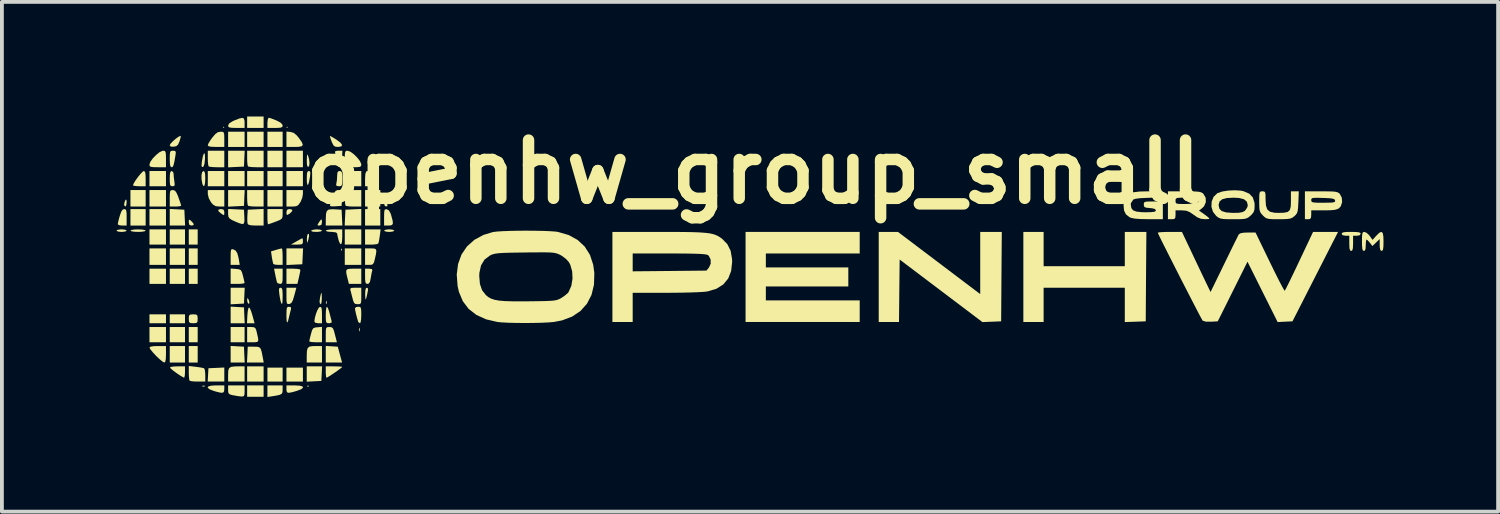
<source format=kicad_pcb>
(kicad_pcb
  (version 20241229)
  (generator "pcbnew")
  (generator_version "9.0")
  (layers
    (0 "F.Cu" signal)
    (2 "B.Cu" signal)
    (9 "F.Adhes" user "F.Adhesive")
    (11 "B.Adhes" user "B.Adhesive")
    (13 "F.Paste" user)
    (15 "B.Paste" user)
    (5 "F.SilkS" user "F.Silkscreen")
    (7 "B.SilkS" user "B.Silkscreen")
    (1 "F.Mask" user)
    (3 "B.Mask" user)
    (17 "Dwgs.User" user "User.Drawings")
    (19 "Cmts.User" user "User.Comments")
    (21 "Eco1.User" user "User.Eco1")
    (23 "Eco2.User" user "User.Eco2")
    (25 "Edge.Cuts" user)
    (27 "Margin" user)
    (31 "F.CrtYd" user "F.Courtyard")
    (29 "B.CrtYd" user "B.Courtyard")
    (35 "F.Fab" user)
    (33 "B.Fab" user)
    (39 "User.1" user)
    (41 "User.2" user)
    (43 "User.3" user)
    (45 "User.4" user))
  (footprint "openhw_group_small"
    (layer "F.Cu")
    (at 16.601 3.652)
    (property "Reference" "openhw_group_small" (at 0.1 -2.2 0) (layer "F.SilkS") (effects (font (size 1.524 1.524) (thickness 0.3))))
    (attr board_only exclude_from_pos_files exclude_from_bom)
    (fp_poly (pts (xy -15.838 -1.295) (xy -16.236 -1.295) (xy -16.236 -1.727) (xy -15.838 -1.727)) (stroke (width 0) (type solid)) (fill yes) (layer "F.SilkS"))
    (fp_poly (pts (xy -15.838 -0.797) (xy -16.236 -0.797) (xy -16.236 -1.228) (xy -15.838 -1.228)) (stroke (width 0) (type solid)) (fill yes) (layer "F.SilkS"))
    (fp_poly (pts (xy -15.306 -1.826) (xy -15.738 -1.826) (xy -15.738 -2.225) (xy -15.306 -2.225)) (stroke (width 0) (type solid)) (fill yes) (layer "F.SilkS"))
    (fp_poly (pts (xy -15.306 -1.295) (xy -15.738 -1.295) (xy -15.738 -1.727) (xy -15.306 -1.727)) (stroke (width 0) (type solid)) (fill yes) (layer "F.SilkS"))
    (fp_poly (pts (xy -15.306 -0.797) (xy -15.738 -0.797) (xy -15.738 -1.228) (xy -15.306 -1.228)) (stroke (width 0) (type solid)) (fill yes) (layer "F.SilkS"))
    (fp_poly (pts (xy -15.306 -0.299) (xy -15.738 -0.299) (xy -15.738 -0.697) (xy -15.306 -0.697)) (stroke (width 0) (type solid)) (fill yes) (layer "F.SilkS"))
    (fp_poly (pts (xy -15.306 0.232) (xy -15.738 0.232) (xy -15.738 -0.199) (xy -15.306 -0.199)) (stroke (width 0) (type solid)) (fill yes) (layer "F.SilkS"))
    (fp_poly (pts (xy -15.306 0.73) (xy -15.738 0.73) (xy -15.738 0.332) (xy -15.306 0.332)) (stroke (width 0) (type solid)) (fill yes) (layer "F.SilkS"))
    (fp_poly (pts (xy -15.306 1.76) (xy -15.738 1.76) (xy -15.738 1.527) (xy -15.306 1.527)) (stroke (width 0) (type solid)) (fill yes) (layer "F.SilkS"))
    (fp_poly (pts (xy -15.306 2.258) (xy -15.738 2.258) (xy -15.738 1.859) (xy -15.306 1.859)) (stroke (width 0) (type solid)) (fill yes) (layer "F.SilkS"))
    (fp_poly (pts (xy -14.808 -0.299) (xy -15.207 -0.299) (xy -15.207 -0.697) (xy -14.808 -0.697)) (stroke (width 0) (type solid)) (fill yes) (layer "F.SilkS"))
    (fp_poly (pts (xy -14.808 0.232) (xy -15.207 0.232) (xy -15.207 -0.199) (xy -14.808 -0.199)) (stroke (width 0) (type solid)) (fill yes) (layer "F.SilkS"))
    (fp_poly (pts (xy -14.808 0.73) (xy -15.207 0.73) (xy -15.207 0.332) (xy -14.808 0.332)) (stroke (width 0) (type solid)) (fill yes) (layer "F.SilkS"))
    (fp_poly (pts (xy -14.808 1.76) (xy -15.207 1.76) (xy -15.207 1.527) (xy -14.808 1.527)) (stroke (width 0) (type solid)) (fill yes) (layer "F.SilkS"))
    (fp_poly (pts (xy -14.808 2.258) (xy -15.207 2.258) (xy -15.207 1.859) (xy -14.808 1.859)) (stroke (width 0) (type solid)) (fill yes) (layer "F.SilkS"))
    (fp_poly (pts (xy -14.808 2.789) (xy -15.207 2.789) (xy -15.207 2.357) (xy -14.808 2.357)) (stroke (width 0) (type solid)) (fill yes) (layer "F.SilkS"))
    (fp_poly (pts (xy -14.476 -0.299) (xy -14.709 -0.299) (xy -14.709 -0.697) (xy -14.476 -0.697)) (stroke (width 0) (type solid)) (fill yes) (layer "F.SilkS"))
    (fp_poly (pts (xy -14.476 0.232) (xy -14.709 0.232) (xy -14.709 -0.199) (xy -14.476 -0.199)) (stroke (width 0) (type solid)) (fill yes) (layer "F.SilkS"))
    (fp_poly (pts (xy -14.476 0.73) (xy -14.709 0.73) (xy -14.709 0.332) (xy -14.476 0.332)) (stroke (width 0) (type solid)) (fill yes) (layer "F.SilkS"))
    (fp_poly (pts (xy -14.476 2.258) (xy -14.709 2.258) (xy -14.709 1.859) (xy -14.476 1.859)) (stroke (width 0) (type solid)) (fill yes) (layer "F.SilkS"))
    (fp_poly (pts (xy -14.476 2.789) (xy -14.709 2.789) (xy -14.709 2.357) (xy -14.476 2.357)) (stroke (width 0) (type solid)) (fill yes) (layer "F.SilkS"))
    (fp_poly (pts (xy -13.779 -3.37) (xy -13.796 -3.353) (xy -13.812 -3.37) (xy -13.796 -3.387)) (stroke (width 0) (type solid)) (fill yes) (layer "F.SilkS"))
    (fp_poly (pts (xy -13.779 -1.826) (xy -14.211 -1.826) (xy -14.211 -2.225) (xy -13.779 -2.225)) (stroke (width 0) (type solid)) (fill yes) (layer "F.SilkS"))
    (fp_poly (pts (xy -13.248 -2.855) (xy -13.679 -2.855) (xy -13.679 -3.254) (xy -13.248 -3.254)) (stroke (width 0) (type solid)) (fill yes) (layer "F.SilkS"))
    (fp_poly (pts (xy -13.248 -1.826) (xy -13.679 -1.826) (xy -13.679 -2.225) (xy -13.248 -2.225)) (stroke (width 0) (type solid)) (fill yes) (layer "F.SilkS"))
    (fp_poly (pts (xy -13.248 2.258) (xy -13.613 2.258) (xy -13.613 1.859) (xy -13.248 1.859)) (stroke (width 0) (type solid)) (fill yes) (layer "F.SilkS"))
    (fp_poly (pts (xy -12.75 -3.353) (xy -13.181 -3.353) (xy -13.181 -3.652) (xy -12.75 -3.652)) (stroke (width 0) (type solid)) (fill yes) (layer "F.SilkS"))
    (fp_poly (pts (xy -12.75 -2.855) (xy -13.181 -2.855) (xy -13.181 -3.254) (xy -12.75 -3.254)) (stroke (width 0) (type solid)) (fill yes) (layer "F.SilkS"))
    (fp_poly (pts (xy -12.75 -1.826) (xy -13.181 -1.826) (xy -13.181 -2.225) (xy -12.75 -2.225)) (stroke (width 0) (type solid)) (fill yes) (layer "F.SilkS"))
    (fp_poly (pts (xy -12.75 3.287) (xy -13.181 3.287) (xy -13.181 2.889) (xy -12.75 2.889)) (stroke (width 0) (type solid)) (fill yes) (layer "F.SilkS"))
    (fp_poly (pts (xy -12.75 3.685) (xy -13.181 3.685) (xy -13.181 3.387) (xy -12.75 3.387)) (stroke (width 0) (type solid)) (fill yes) (layer "F.SilkS"))
    (fp_poly (pts (xy -12.252 -2.855) (xy -12.65 -2.855) (xy -12.65 -3.254) (xy -12.252 -3.254)) (stroke (width 0) (type solid)) (fill yes) (layer "F.SilkS"))
    (fp_poly (pts (xy -12.252 -2.324) (xy -12.65 -2.324) (xy -12.65 -2.756) (xy -12.252 -2.756)) (stroke (width 0) (type solid)) (fill yes) (layer "F.SilkS"))
    (fp_poly (pts (xy -12.252 -1.826) (xy -12.65 -1.826) (xy -12.65 -2.225) (xy -12.252 -2.225)) (stroke (width 0) (type solid)) (fill yes) (layer "F.SilkS"))
    (fp_poly (pts (xy -12.252 -1.295) (xy -12.65 -1.295) (xy -12.65 -1.727) (xy -12.252 -1.727)) (stroke (width 0) (type solid)) (fill yes) (layer "F.SilkS"))
    (fp_poly (pts (xy -12.252 3.287) (xy -12.65 3.287) (xy -12.65 2.922) (xy -12.252 2.922)) (stroke (width 0) (type solid)) (fill yes) (layer "F.SilkS"))
    (fp_poly (pts (xy -12.119 -3.37) (xy -12.136 -3.353) (xy -12.152 -3.37) (xy -12.136 -3.387)) (stroke (width 0) (type solid)) (fill yes) (layer "F.SilkS"))
    (fp_poly (pts (xy -11.721 -2.324) (xy -12.152 -2.324) (xy -12.152 -2.756) (xy -11.721 -2.756)) (stroke (width 0) (type solid)) (fill yes) (layer "F.SilkS"))
    (fp_poly (pts (xy -11.721 -1.826) (xy -12.152 -1.826) (xy -12.152 -2.225) (xy -11.721 -2.225)) (stroke (width 0) (type solid)) (fill yes) (layer "F.SilkS"))
    (fp_poly (pts (xy -11.721 3.287) (xy -12.152 3.287) (xy -12.152 2.922) (xy -11.721 2.922)) (stroke (width 0) (type solid)) (fill yes) (layer "F.SilkS"))
    (fp_poly (pts (xy -10.193 -1.826) (xy -10.625 -1.826) (xy -10.625 -2.225) (xy -10.193 -2.225)) (stroke (width 0) (type solid)) (fill yes) (layer "F.SilkS"))
    (fp_poly (pts (xy -10.193 -0.797) (xy -10.628 -0.797) (xy -10.608 -1.212) (xy -10.193 -1.232)) (stroke (width 0) (type solid)) (fill yes) (layer "F.SilkS"))
    (fp_poly (pts (xy -10.193 -0.299) (xy -10.625 -0.299) (xy -10.625 -0.697) (xy -10.193 -0.697)) (stroke (width 0) (type solid)) (fill yes) (layer "F.SilkS"))
    (fp_poly (pts (xy -10.193 0.232) (xy -10.625 0.232) (xy -10.625 -0.199) (xy -10.193 -0.199)) (stroke (width 0) (type solid)) (fill yes) (layer "F.SilkS"))
    (fp_poly (pts (xy -9.695 -1.295) (xy -10.094 -1.295) (xy -10.094 -1.727) (xy -9.695 -1.727)) (stroke (width 0) (type solid)) (fill yes) (layer "F.SilkS"))
    (fp_poly (pts (xy -9.695 -0.797) (xy -10.094 -0.797) (xy -10.094 -1.228) (xy -9.695 -1.228)) (stroke (width 0) (type solid)) (fill yes) (layer "F.SilkS"))
    (fp_poly (pts (xy -15.016 -1.222) (xy -14.825 -1.212) (xy -14.805 -0.797) (xy -15.207 -0.797) (xy -15.207 -1.232)) (stroke (width 0) (type solid)) (fill yes) (layer "F.SilkS"))
    (fp_poly (pts (xy -13.264 1.245) (xy -13.439 1.255) (xy -13.613 1.265) (xy -13.613 0.83) (xy -13.245 0.83)) (stroke (width 0) (type solid)) (fill yes) (layer "F.SilkS"))
    (fp_poly (pts (xy -13.255 -2.548) (xy -13.264 -2.341) (xy -13.679 -2.321) (xy -13.679 -2.756) (xy -13.245 -2.756)) (stroke (width 0) (type solid)) (fill yes) (layer "F.SilkS"))
    (fp_poly (pts (xy -13.255 -1.519) (xy -13.264 -1.312) (xy -13.679 -1.292) (xy -13.679 -1.727) (xy -13.245 -1.727)) (stroke (width 0) (type solid)) (fill yes) (layer "F.SilkS"))
    (fp_poly (pts (xy -11.737 0.216) (xy -11.945 0.226) (xy -12.152 0.236) (xy -12.152 -0.199) (xy -11.717 -0.199)) (stroke (width 0) (type solid)) (fill yes) (layer "F.SilkS"))
    (fp_poly (pts (xy -14.286 3.4) (xy -14.296 3.415) (xy -14.33 3.417) (xy -14.365 3.409) (xy -14.35 3.397) (xy -14.298 3.393)) (stroke (width 0) (type solid)) (fill yes) (layer "F.SilkS"))
    (fp_poly (pts (xy -13.779 3.287) (xy -14.214 3.287) (xy -14.204 3.113) (xy -14.194 2.938) (xy -13.987 2.929) (xy -13.779 2.919)) (stroke (width 0) (type solid)) (fill yes) (layer "F.SilkS"))
    (fp_poly (pts (xy -13.439 1.335) (xy -13.264 1.345) (xy -13.255 1.552) (xy -13.245 1.76) (xy -13.613 1.76) (xy -13.613 1.325)) (stroke (width 0) (type solid)) (fill yes) (layer "F.SilkS"))
    (fp_poly (pts (xy -13.439 2.364) (xy -13.264 2.374) (xy -13.255 2.582) (xy -13.245 2.789) (xy -13.613 2.789) (xy -13.613 2.354)) (stroke (width 0) (type solid)) (fill yes) (layer "F.SilkS"))
    (fp_poly (pts (xy -11.566 3.398) (xy -11.57 3.417) (xy -11.588 3.42) (xy -11.615 3.408) (xy -11.61 3.398) (xy -11.57 3.394)) (stroke (width 0) (type solid)) (fill yes) (layer "F.SilkS"))
    (fp_poly (pts (xy -11.229 3.08) (xy -11.239 3.27) (xy -11.43 3.28) (xy -11.621 3.29) (xy -11.621 2.889) (xy -11.219 2.889)) (stroke (width 0) (type solid)) (fill yes) (layer "F.SilkS"))
    (fp_poly (pts (xy -11.1 1.189) (xy -11.096 1.241) (xy -11.103 1.253) (xy -11.118 1.243) (xy -11.12 1.209) (xy -11.112 1.174)) (stroke (width 0) (type solid)) (fill yes) (layer "F.SilkS"))
    (fp_poly (pts (xy -10.966 2.364) (xy -10.808 2.374) (xy -10.752 2.582) (xy -10.696 2.789) (xy -11.123 2.789) (xy -11.123 2.354)) (stroke (width 0) (type solid)) (fill yes) (layer "F.SilkS"))
    (fp_poly (pts (xy -10.702 -0.188) (xy -10.698 -0.149) (xy -10.702 -0.144) (xy -10.722 -0.148) (xy -10.724 -0.166) (xy -10.712 -0.193)) (stroke (width 0) (type solid)) (fill yes) (layer "F.SilkS"))
    (fp_poly (pts (xy -10.238 1.884) (xy -10.233 1.952) (xy -10.238 1.967) (xy -10.25 1.971) (xy -10.254 1.926) (xy -10.249 1.879)) (stroke (width 0) (type solid)) (fill yes) (layer "F.SilkS"))
    (fp_poly (pts (xy -13.248 3.287) (xy -13.679 3.287) (xy -13.679 3.108) (xy -13.675 2.999) (xy -13.652 2.934) (xy -13.597 2.901) (xy -13.498 2.89) (xy -13.411 2.889) (xy -13.248 2.889)) (stroke (width 0) (type solid)) (fill yes) (layer "F.SilkS"))
    (fp_poly (pts (xy -13.158 1.116) (xy -13.145 1.138) (xy -13.124 1.196) (xy -13.125 1.241) (xy -13.146 1.25) (xy -13.157 1.242) (xy -13.177 1.192) (xy -13.18 1.148) (xy -13.176 1.101)) (stroke (width 0) (type solid)) (fill yes) (layer "F.SilkS"))
    (fp_poly (pts (xy -13.107 1.374) (xy -13.075 1.451) (xy -13.043 1.552) (xy -12.987 1.76) (xy -13.185 1.76) (xy -13.175 1.552) (xy -13.165 1.445) (xy -13.149 1.37) (xy -13.132 1.345)) (stroke (width 0) (type solid)) (fill yes) (layer "F.SilkS"))
    (fp_poly (pts (xy -12.252 3.501) (xy -12.256 3.566) (xy -12.276 3.607) (xy -12.327 3.634) (xy -12.421 3.655) (xy -12.509 3.669) (xy -12.65 3.691) (xy -12.65 3.387) (xy -12.252 3.387)) (stroke (width 0) (type solid)) (fill yes) (layer "F.SilkS"))
    (fp_poly (pts (xy -11.226 -0.934) (xy -11.222 -0.88) (xy -11.238 -0.815) (xy -11.29 -0.797) (xy -11.334 -0.801) (xy -11.335 -0.826) (xy -11.302 -0.88) (xy -11.26 -0.939) (xy -11.235 -0.963)) (stroke (width 0) (type solid)) (fill yes) (layer "F.SilkS"))
    (fp_poly (pts (xy -11.222 2.789) (xy -11.621 2.789) (xy -11.621 2.626) (xy -11.617 2.493) (xy -11.598 2.413) (xy -11.554 2.373) (xy -11.472 2.359) (xy -11.402 2.357) (xy -11.222 2.357)) (stroke (width 0) (type solid)) (fill yes) (layer "F.SilkS"))
    (fp_poly (pts (xy -10.887 -1.222) (xy -10.708 -1.212) (xy -10.688 -0.797) (xy -11.123 -0.797) (xy -11.122 -0.971) (xy -11.117 -1.102) (xy -11.094 -1.18) (xy -11.041 -1.217) (xy -10.947 -1.225)) (stroke (width 0) (type solid)) (fill yes) (layer "F.SilkS"))
    (fp_poly (pts (xy -10.193 0.73) (xy -10.517 0.73) (xy -10.554 0.583) (xy -10.584 0.457) (xy -10.588 0.383) (xy -10.558 0.346) (xy -10.486 0.333) (xy -10.392 0.332) (xy -10.193 0.332)) (stroke (width 0) (type solid)) (fill yes) (layer "F.SilkS"))
    (fp_poly (pts (xy -9.956 -2.168) (xy -9.871 -2.053) (xy -9.815 -1.967) (xy -9.728 -1.826) (xy -10.094 -1.826) (xy -10.094 -2.025) (xy -10.086 -2.151) (xy -10.062 -2.217) (xy -10.019 -2.223)) (stroke (width 0) (type solid)) (fill yes) (layer "F.SilkS"))
    (fp_poly (pts (xy -9.531 -1.419) (xy -9.514 -1.37) (xy -9.508 -1.311) (xy -9.544 -1.295) (xy -9.583 -1.32) (xy -9.596 -1.399) (xy -9.596 -1.401) (xy -9.586 -1.467) (xy -9.563 -1.472)) (stroke (width 0) (type solid)) (fill yes) (layer "F.SilkS"))
    (fp_poly (pts (xy -16.337 -1.443) (xy -16.336 -1.403) (xy -16.345 -1.329) (xy -16.366 -1.295) (xy -16.369 -1.295) (xy -16.397 -1.322) (xy -16.402 -1.353) (xy -16.383 -1.433) (xy -16.369 -1.461) (xy -16.347 -1.48)) (stroke (width 0) (type solid)) (fill yes) (layer "F.SilkS"))
    (fp_poly (pts (xy -14.642 -0.913) (xy -14.593 -0.859) (xy -14.576 -0.825) (xy -14.604 -0.802) (xy -14.642 -0.797) (xy -14.693 -0.815) (xy -14.709 -0.879) (xy -14.709 -0.885) (xy -14.705 -0.946) (xy -14.684 -0.948)) (stroke (width 0) (type solid)) (fill yes) (layer "F.SilkS"))
    (fp_poly (pts (xy -13.779 -2.324) (xy -13.973 -2.324) (xy -14.081 -2.328) (xy -14.16 -2.337) (xy -14.189 -2.346) (xy -14.201 -2.389) (xy -14.209 -2.477) (xy -14.211 -2.562) (xy -14.211 -2.756) (xy -13.779 -2.756)) (stroke (width 0) (type solid)) (fill yes) (layer "F.SilkS"))
    (fp_poly (pts (xy -13.779 -1.295) (xy -13.91 -1.295) (xy -14.006 -1.305) (xy -14.075 -1.346) (xy -14.126 -1.406) (xy -14.186 -1.514) (xy -14.211 -1.619) (xy -14.211 -1.622) (xy -14.211 -1.727) (xy -13.779 -1.727)) (stroke (width 0) (type solid)) (fill yes) (layer "F.SilkS"))
    (fp_poly (pts (xy -12.75 -2.324) (xy -12.943 -2.324) (xy -13.052 -2.328) (xy -13.131 -2.337) (xy -13.159 -2.346) (xy -13.171 -2.389) (xy -13.179 -2.477) (xy -13.181 -2.562) (xy -13.181 -2.756) (xy -12.75 -2.756)) (stroke (width 0) (type solid)) (fill yes) (layer "F.SilkS"))
    (fp_poly (pts (xy -12.75 -1.295) (xy -12.943 -1.295) (xy -13.052 -1.298) (xy -13.131 -1.308) (xy -13.159 -1.317) (xy -13.171 -1.36) (xy -13.179 -1.448) (xy -13.181 -1.533) (xy -13.181 -1.727) (xy -12.75 -1.727)) (stroke (width 0) (type solid)) (fill yes) (layer "F.SilkS"))
    (fp_poly (pts (xy -12.004 -1.214) (xy -12.001 -1.176) (xy -12.055 -1.12) (xy -12.079 -1.103) (xy -12.132 -1.073) (xy -12.15 -1.093) (xy -12.152 -1.141) (xy -12.14 -1.206) (xy -12.09 -1.228) (xy -12.066 -1.228)) (stroke (width 0) (type solid)) (fill yes) (layer "F.SilkS"))
    (fp_poly (pts (xy -11.87 0.337) (xy -11.803 0.35) (xy -11.787 0.363) (xy -11.794 0.41) (xy -11.812 0.499) (xy -11.826 0.562) (xy -11.865 0.73) (xy -12.152 0.73) (xy -12.152 0.332) (xy -11.97 0.332)) (stroke (width 0) (type solid)) (fill yes) (layer "F.SilkS"))
    (fp_poly (pts (xy -10.193 -1.295) (xy -10.387 -1.295) (xy -10.495 -1.298) (xy -10.574 -1.308) (xy -10.603 -1.317) (xy -10.615 -1.36) (xy -10.623 -1.448) (xy -10.625 -1.533) (xy -10.625 -1.727) (xy -10.193 -1.727)) (stroke (width 0) (type solid)) (fill yes) (layer "F.SilkS"))
    (fp_poly (pts (xy -9.709 -0.525) (xy -9.725 -0.422) (xy -9.741 -0.347) (xy -9.749 -0.326) (xy -9.789 -0.31) (xy -9.873 -0.3) (xy -9.93 -0.299) (xy -10.094 -0.299) (xy -10.094 -0.697) (xy -9.687 -0.697)) (stroke (width 0) (type solid)) (fill yes) (layer "F.SilkS"))
    (fp_poly (pts (xy -13.799 -1.215) (xy -13.779 -1.161) (xy -13.779 -1.145) (xy -13.781 -1.084) (xy -13.797 -1.071) (xy -13.846 -1.101) (xy -13.87 -1.118) (xy -13.933 -1.175) (xy -13.935 -1.213) (xy -13.874 -1.228) (xy -13.862 -1.228)) (stroke (width 0) (type solid)) (fill yes) (layer "F.SilkS"))
    (fp_poly (pts (xy -12.917 2.376) (xy -12.862 2.389) (xy -12.827 2.428) (xy -12.802 2.503) (xy -12.777 2.628) (xy -12.77 2.665) (xy -12.747 2.789) (xy -13.185 2.789) (xy -13.175 2.582) (xy -13.165 2.374) (xy -13.001 2.374)) (stroke (width 0) (type solid)) (fill yes) (layer "F.SilkS"))
    (fp_poly (pts (xy -12.75 -0.797) (xy -12.95 -0.797) (xy -13.08 -0.803) (xy -13.151 -0.823) (xy -13.168 -0.843) (xy -13.176 -0.901) (xy -13.177 -0.998) (xy -13.175 -1.05) (xy -13.165 -1.212) (xy -12.957 -1.222) (xy -12.75 -1.232)) (stroke (width 0) (type solid)) (fill yes) (layer "F.SilkS"))
    (fp_poly (pts (xy -12.046 -3.248) (xy -11.963 -3.224) (xy -11.885 -3.16) (xy -11.83 -3.094) (xy -11.752 -2.984) (xy -11.724 -2.914) (xy -11.748 -2.875) (xy -11.83 -2.858) (xy -11.936 -2.855) (xy -12.152 -2.855) (xy -12.152 -3.258)) (stroke (width 0) (type solid)) (fill yes) (layer "F.SilkS"))
    (fp_poly (pts (xy -11.724 -0.436) (xy -11.721 -0.382) (xy -11.726 -0.332) (xy -11.755 -0.307) (xy -11.824 -0.3) (xy -11.878 -0.299) (xy -12.036 -0.3) (xy -11.891 -0.382) (xy -11.806 -0.43) (xy -11.748 -0.46) (xy -11.734 -0.465)) (stroke (width 0) (type solid)) (fill yes) (layer "F.SilkS"))
    (fp_poly (pts (xy -11.721 -1.623) (xy -11.738 -1.524) (xy -11.782 -1.419) (xy -11.79 -1.407) (xy -11.842 -1.335) (xy -11.899 -1.303) (xy -11.99 -1.295) (xy -12.005 -1.295) (xy -12.152 -1.295) (xy -12.152 -1.727) (xy -11.721 -1.727)) (stroke (width 0) (type solid)) (fill yes) (layer "F.SilkS"))
    (fp_poly (pts (xy -11.59 -2.64) (xy -11.589 -2.637) (xy -11.56 -2.536) (xy -11.549 -2.437) (xy -11.557 -2.362) (xy -11.579 -2.333) (xy -11.604 -2.345) (xy -11.617 -2.407) (xy -11.619 -2.512) (xy -11.615 -2.616) (xy -11.606 -2.657)) (stroke (width 0) (type solid)) (fill yes) (layer "F.SilkS"))
    (fp_poly (pts (xy -11.563 -0.574) (xy -11.56 -0.517) (xy -11.58 -0.425) (xy -11.588 -0.398) (xy -11.605 -0.352) (xy -11.614 -0.36) (xy -11.617 -0.428) (xy -11.618 -0.438) (xy -11.612 -0.523) (xy -11.592 -0.577) (xy -11.588 -0.581)) (stroke (width 0) (type solid)) (fill yes) (layer "F.SilkS"))
    (fp_poly (pts (xy -11.233 0.968) (xy -11.228 1.029) (xy -11.226 1.087) (xy -11.23 1.186) (xy -11.243 1.249) (xy -11.256 1.262) (xy -11.28 1.234) (xy -11.285 1.187) (xy -11.274 1.099) (xy -11.256 1.013) (xy -11.241 0.964)) (stroke (width 0) (type solid)) (fill yes) (layer "F.SilkS"))
    (fp_poly (pts (xy -10.021 0.843) (xy -10.017 0.891) (xy -10.032 0.971) (xy -10.058 1.086) (xy -10.075 1.137) (xy -10.085 1.125) (xy -10.09 1.052) (xy -10.091 1.004) (xy -10.087 0.895) (xy -10.07 0.841) (xy -10.047 0.83)) (stroke (width 0) (type solid)) (fill yes) (layer "F.SilkS"))
    (fp_poly (pts (xy -16.385 -0.69) (xy -16.339 -0.671) (xy -16.336 -0.664) (xy -16.365 -0.643) (xy -16.439 -0.632) (xy -16.468 -0.631) (xy -16.552 -0.638) (xy -16.598 -0.657) (xy -16.601 -0.664) (xy -16.572 -0.685) (xy -16.498 -0.696) (xy -16.468 -0.697)) (stroke (width 0) (type solid)) (fill yes) (layer "F.SilkS"))
    (fp_poly (pts (xy -15.931 -0.692) (xy -15.859 -0.679) (xy -15.838 -0.664) (xy -15.868 -0.646) (xy -15.947 -0.634) (xy -16.037 -0.631) (xy -16.143 -0.636) (xy -16.215 -0.649) (xy -16.236 -0.664) (xy -16.206 -0.682) (xy -16.127 -0.694) (xy -16.037 -0.697)) (stroke (width 0) (type solid)) (fill yes) (layer "F.SilkS"))
    (fp_poly (pts (xy -13.779 3.486) (xy -13.786 3.547) (xy -13.814 3.578) (xy -13.875 3.579) (xy -13.98 3.554) (xy -14.053 3.533) (xy -14.166 3.489) (xy -14.215 3.448) (xy -14.199 3.416) (xy -14.122 3.394) (xy -13.995 3.387) (xy -13.779 3.387)) (stroke (width 0) (type solid)) (fill yes) (layer "F.SilkS"))
    (fp_poly (pts (xy -13.549 -0.176) (xy -13.546 -0.175) (xy -13.483 -0.142) (xy -13.439 -0.074) (xy -13.407 0.043) (xy -13.398 0.091) (xy -13.375 0.232) (xy -13.613 0.232) (xy -13.613 0.02) (xy -13.611 -0.095) (xy -13.603 -0.157) (xy -13.584 -0.179)) (stroke (width 0) (type solid)) (fill yes) (layer "F.SilkS"))
    (fp_poly (pts (xy -13.005 1.864) (xy -12.967 1.888) (xy -12.941 1.948) (xy -12.922 2.028) (xy -12.895 2.147) (xy -12.89 2.216) (xy -12.912 2.248) (xy -12.969 2.257) (xy -13.032 2.258) (xy -13.181 2.258) (xy -13.181 1.859) (xy -13.071 1.859)) (stroke (width 0) (type solid)) (fill yes) (layer "F.SilkS"))
    (fp_poly (pts (xy -12.252 0.531) (xy -12.254 0.642) (xy -12.265 0.702) (xy -12.289 0.727) (xy -12.319 0.73) (xy -12.38 0.713) (xy -12.4 0.689) (xy -12.414 0.633) (xy -12.435 0.54) (xy -12.445 0.49) (xy -12.476 0.332) (xy -12.252 0.332)) (stroke (width 0) (type solid)) (fill yes) (layer "F.SilkS"))
    (fp_poly (pts (xy -11.948 1.038) (xy -11.983 1.155) (xy -12.017 1.221) (xy -12.057 1.251) (xy -12.078 1.256) (xy -12.118 1.257) (xy -12.14 1.237) (xy -12.15 1.182) (xy -12.152 1.078) (xy -12.152 1.048) (xy -12.152 0.83) (xy -11.892 0.83)) (stroke (width 0) (type solid)) (fill yes) (layer "F.SilkS"))
    (fp_poly (pts (xy -11.801 3.395) (xy -11.728 3.417) (xy -11.719 3.45) (xy -11.774 3.491) (xy -11.893 3.535) (xy -12.02 3.57) (xy -12.098 3.582) (xy -12.137 3.567) (xy -12.151 3.524) (xy -12.152 3.486) (xy -12.152 3.387) (xy -11.936 3.387)) (stroke (width 0) (type solid)) (fill yes) (layer "F.SilkS"))
    (fp_poly (pts (xy -11.271 -0.69) (xy -11.226 -0.671) (xy -11.222 -0.664) (xy -11.252 -0.644) (xy -11.327 -0.632) (xy -11.374 -0.631) (xy -11.466 -0.637) (xy -11.506 -0.655) (xy -11.505 -0.664) (xy -11.461 -0.685) (xy -11.379 -0.697) (xy -11.353 -0.697)) (stroke (width 0) (type solid)) (fill yes) (layer "F.SilkS"))
    (fp_poly (pts (xy -10.973 1.864) (xy -10.938 1.89) (xy -10.911 1.95) (xy -10.882 2.059) (xy -10.831 2.258) (xy -11.123 2.258) (xy -11.123 2.059) (xy -11.121 1.948) (xy -11.112 1.889) (xy -11.088 1.864) (xy -11.04 1.859) (xy -11.027 1.859)) (stroke (width 0) (type solid)) (fill yes) (layer "F.SilkS"))
    (fp_poly (pts (xy -9.861 -0.197) (xy -9.814 -0.18) (xy -9.798 -0.136) (xy -9.808 -0.052) (xy -9.834 0.064) (xy -9.859 0.163) (xy -9.887 0.212) (xy -9.93 0.23) (xy -9.983 0.232) (xy -10.094 0.232) (xy -10.094 -0.199) (xy -9.944 -0.199)) (stroke (width 0) (type solid)) (fill yes) (layer "F.SilkS"))
    (fp_poly (pts (xy -9.38 -0.69) (xy -9.333 -0.671) (xy -9.33 -0.664) (xy -9.359 -0.643) (xy -9.433 -0.632) (xy -9.463 -0.631) (xy -9.546 -0.638) (xy -9.592 -0.657) (xy -9.596 -0.664) (xy -9.566 -0.685) (xy -9.493 -0.696) (xy -9.463 -0.697)) (stroke (width 0) (type solid)) (fill yes) (layer "F.SilkS"))
    (fp_poly (pts (xy 2.855 -0.066) (xy 0.398 -0.066) (xy 0.398 0.299) (xy 2.557 0.299) (xy 2.557 0.797) (xy 0.398 0.797) (xy 0.398 1.162) (xy 2.855 1.162) (xy 2.855 1.727) (xy -0.133 1.727) (xy -0.133 -0.631) (xy 2.855 -0.631)) (stroke (width 0) (type solid)) (fill yes) (layer "F.SilkS"))
    (fp_poly (pts (xy -14.287 -2.655) (xy -14.285 -2.557) (xy -14.285 -2.543) (xy -14.298 -2.412) (xy -14.324 -2.342) (xy -14.34 -2.331) (xy -14.367 -2.334) (xy -14.375 -2.376) (xy -14.366 -2.469) (xy -14.366 -2.472) (xy -14.343 -2.597) (xy -14.32 -2.671) (xy -14.3 -2.692)) (stroke (width 0) (type solid)) (fill yes) (layer "F.SilkS"))
    (fp_poly (pts (xy -13.474 0.338) (xy -13.392 0.348) (xy -13.345 0.372) (xy -13.316 0.427) (xy -13.292 0.515) (xy -13.267 0.614) (xy -13.252 0.685) (xy -13.248 0.706) (xy -13.278 0.719) (xy -13.355 0.728) (xy -13.43 0.73) (xy -13.613 0.73) (xy -13.613 0.328)) (stroke (width 0) (type solid)) (fill yes) (layer "F.SilkS"))
    (fp_poly (pts (xy -13.264 -1.212) (xy -13.254 -1.021) (xy -13.252 -0.908) (xy -13.268 -0.849) (xy -13.313 -0.836) (xy -13.401 -0.864) (xy -13.464 -0.89) (xy -13.577 -0.941) (xy -13.642 -0.983) (xy -13.672 -1.03) (xy -13.679 -1.097) (xy -13.679 -1.116) (xy -13.679 -1.232)) (stroke (width 0) (type solid)) (fill yes) (layer "F.SilkS"))
    (fp_poly (pts (xy -13.248 3.536) (xy -13.25 3.623) (xy -13.268 3.668) (xy -13.317 3.68) (xy -13.412 3.669) (xy -13.447 3.663) (xy -13.568 3.642) (xy -13.638 3.621) (xy -13.67 3.588) (xy -13.679 3.535) (xy -13.679 3.502) (xy -13.679 3.387) (xy -13.248 3.387)) (stroke (width 0) (type solid)) (fill yes) (layer "F.SilkS"))
    (fp_poly (pts (xy -11.536 -2.214) (xy -11.526 -2.174) (xy -11.534 -2.086) (xy -11.537 -2.067) (xy -11.561 -1.938) (xy -11.584 -1.869) (xy -11.603 -1.861) (xy -11.616 -1.916) (xy -11.62 -2.017) (xy -11.617 -2.134) (xy -11.606 -2.198) (xy -11.583 -2.222) (xy -11.567 -2.225)) (stroke (width 0) (type solid)) (fill yes) (layer "F.SilkS"))
    (fp_poly (pts (xy -11.248 1.337) (xy -11.231 1.37) (xy -11.224 1.446) (xy -11.222 1.541) (xy -11.222 1.76) (xy -11.322 1.76) (xy -11.395 1.748) (xy -11.421 1.718) (xy -11.409 1.621) (xy -11.379 1.514) (xy -11.341 1.416) (xy -11.301 1.35) (xy -11.278 1.334)) (stroke (width 0) (type solid)) (fill yes) (layer "F.SilkS"))
    (fp_poly (pts (xy -11.222 2.258) (xy -11.388 2.258) (xy -11.483 2.253) (xy -11.543 2.242) (xy -11.554 2.233) (xy -11.546 2.189) (xy -11.526 2.103) (xy -11.51 2.042) (xy -11.482 1.944) (xy -11.451 1.893) (xy -11.402 1.872) (xy -11.345 1.866) (xy -11.222 1.855)) (stroke (width 0) (type solid)) (fill yes) (layer "F.SilkS"))
    (fp_poly (pts (xy -14.808 3.038) (xy -14.813 3.127) (xy -14.826 3.179) (xy -14.833 3.186) (xy -14.872 3.167) (xy -14.947 3.121) (xy -15.024 3.069) (xy -15.114 3.003) (xy -15.179 2.948) (xy -15.201 2.921) (xy -15.177 2.903) (xy -15.1 2.892) (xy -15.01 2.889) (xy -14.808 2.889)) (stroke (width 0) (type solid)) (fill yes) (layer "F.SilkS"))
    (fp_poly (pts (xy -14.298 -2.209) (xy -14.282 -2.155) (xy -14.277 -2.049) (xy -14.277 -2.025) (xy -14.283 -1.909) (xy -14.299 -1.841) (xy -14.322 -1.828) (xy -14.348 -1.874) (xy -14.356 -1.901) (xy -14.375 -2.013) (xy -14.376 -2.116) (xy -14.36 -2.193) (xy -14.328 -2.225) (xy -14.327 -2.225)) (stroke (width 0) (type solid)) (fill yes) (layer "F.SilkS"))
    (fp_poly (pts (xy -13.266 -3.598) (xy -13.25 -3.541) (xy -13.248 -3.486) (xy -13.248 -3.353) (xy -13.464 -3.353) (xy -13.581 -3.356) (xy -13.646 -3.365) (xy -13.674 -3.387) (xy -13.679 -3.416) (xy -13.652 -3.47) (xy -13.565 -3.526) (xy -13.516 -3.549) (xy -13.388 -3.599) (xy -13.309 -3.617)) (stroke (width 0) (type solid)) (fill yes) (layer "F.SilkS"))
    (fp_poly (pts (xy -12.252 -1.098) (xy -12.255 -1.024) (xy -12.274 -0.978) (xy -12.325 -0.943) (xy -12.421 -0.904) (xy -12.436 -0.899) (xy -12.536 -0.862) (xy -12.609 -0.837) (xy -12.635 -0.83) (xy -12.643 -0.86) (xy -12.649 -0.939) (xy -12.65 -1.029) (xy -12.65 -1.228) (xy -12.252 -1.228)) (stroke (width 0) (type solid)) (fill yes) (layer "F.SilkS"))
    (fp_poly (pts (xy -10.698 -1.519) (xy -10.708 -1.312) (xy -10.869 -1.301) (xy -10.967 -1.299) (xy -11.011 -1.311) (xy -11.012 -1.334) (xy -10.992 -1.389) (xy -10.96 -1.482) (xy -10.936 -1.552) (xy -10.899 -1.653) (xy -10.865 -1.705) (xy -10.82 -1.725) (xy -10.783 -1.727) (xy -10.688 -1.727)) (stroke (width 0) (type solid)) (fill yes) (layer "F.SilkS"))
    (fp_poly (pts (xy 7.67 0.266) (xy 9.795 0.266) (xy 9.795 -0.631) (xy 10.36 -0.631) (xy 10.351 0.54) (xy 10.343 1.71) (xy 10.069 1.72) (xy 9.795 1.729) (xy 9.795 0.83) (xy 7.67 0.83) (xy 7.67 1.727) (xy 7.139 1.727) (xy 7.139 -0.631) (xy 7.67 -0.631)) (stroke (width 0) (type solid)) (fill yes) (layer "F.SilkS"))
    (fp_poly (pts (xy -16.365 -1.221) (xy -16.346 -1.189) (xy -16.337 -1.118) (xy -16.336 -1.013) (xy -16.336 -0.797) (xy -16.452 -0.797) (xy -16.529 -0.806) (xy -16.567 -0.828) (xy -16.568 -0.833) (xy -16.559 -0.883) (xy -16.537 -0.974) (xy -16.516 -1.049) (xy -16.478 -1.158) (xy -16.441 -1.214) (xy -16.4 -1.228)) (stroke (width 0) (type solid)) (fill yes) (layer "F.SilkS"))
    (fp_poly (pts (xy -15.858 -2.208) (xy -15.843 -2.152) (xy -15.838 -2.043) (xy -15.838 -2.025) (xy -15.838 -1.826) (xy -16.004 -1.826) (xy -16.098 -1.831) (xy -16.158 -1.842) (xy -16.17 -1.851) (xy -16.15 -1.902) (xy -16.102 -1.981) (xy -16.037 -2.07) (xy -15.97 -2.152) (xy -15.914 -2.209) (xy -15.887 -2.225)) (stroke (width 0) (type solid)) (fill yes) (layer "F.SilkS"))
    (fp_poly (pts (xy -14.919 -3.143) (xy -14.922 -3.108) (xy -14.942 -3.033) (xy -14.952 -3.002) (xy -14.99 -2.915) (xy -15.038 -2.875) (xy -15.102 -2.862) (xy -15.179 -2.864) (xy -15.206 -2.894) (xy -15.207 -2.903) (xy -15.184 -2.943) (xy -15.128 -3.002) (xy -15.056 -3.065) (xy -14.985 -3.117) (xy -14.933 -3.144)) (stroke (width 0) (type solid)) (fill yes) (layer "F.SilkS"))
    (fp_poly (pts (xy -12.566 -3.607) (xy -12.48 -3.575) (xy -12.416 -3.549) (xy -12.305 -3.491) (xy -12.256 -3.436) (xy -12.252 -3.416) (xy -12.26 -3.381) (xy -12.296 -3.362) (xy -12.373 -3.354) (xy -12.451 -3.353) (xy -12.65 -3.353) (xy -12.65 -3.486) (xy -12.642 -3.569) (xy -12.623 -3.616) (xy -12.615 -3.619)) (stroke (width 0) (type solid)) (fill yes) (layer "F.SilkS"))
    (fp_poly (pts (xy -12.033 1.343) (xy -12.032 1.386) (xy -12.05 1.454) (xy -12.074 1.554) (xy -12.082 1.588) (xy -12.109 1.698) (xy -12.13 1.742) (xy -12.144 1.72) (xy -12.151 1.632) (xy -12.152 1.549) (xy -12.15 1.431) (xy -12.142 1.364) (xy -12.122 1.335) (xy -12.086 1.328) (xy -12.084 1.328)) (stroke (width 0) (type solid)) (fill yes) (layer "F.SilkS"))
    (fp_poly (pts (xy -10.983 -3.13) (xy -10.915 -3.091) (xy -10.848 -3.049) (xy -10.742 -2.97) (xy -10.696 -2.91) (xy -10.711 -2.871) (xy -10.787 -2.856) (xy -10.802 -2.855) (xy -10.875 -2.862) (xy -10.92 -2.895) (xy -10.959 -2.971) (xy -10.968 -2.994) (xy -10.999 -3.079) (xy -11.014 -3.133) (xy -11.014 -3.142)) (stroke (width 0) (type solid)) (fill yes) (layer "F.SilkS"))
    (fp_poly (pts (xy -10.797 2.891) (xy -10.719 2.896) (xy -10.691 2.904) (xy -10.716 2.928) (xy -10.781 2.977) (xy -10.868 3.039) (xy -10.96 3.101) (xy -11.041 3.153) (xy -11.094 3.184) (xy -11.104 3.187) (xy -11.115 3.158) (xy -11.122 3.083) (xy -11.123 3.038) (xy -11.123 2.889) (xy -10.907 2.889)) (stroke (width 0) (type solid)) (fill yes) (layer "F.SilkS"))
    (fp_poly (pts (xy -10.698 -2.549) (xy -10.708 -2.428) (xy -10.726 -2.36) (xy -10.756 -2.333) (xy -10.761 -2.331) (xy -10.797 -2.341) (xy -10.82 -2.393) (xy -10.837 -2.489) (xy -10.854 -2.596) (xy -10.871 -2.68) (xy -10.879 -2.706) (xy -10.876 -2.742) (xy -10.822 -2.755) (xy -10.793 -2.756) (xy -10.688 -2.756)) (stroke (width 0) (type solid)) (fill yes) (layer "F.SilkS"))
    (fp_poly (pts (xy -9.918 0.341) (xy -9.903 0.371) (xy -9.905 0.378) (xy -9.92 0.437) (xy -9.938 0.532) (xy -9.945 0.577) (xy -9.966 0.675) (xy -9.996 0.721) (xy -10.031 0.73) (xy -10.066 0.722) (xy -10.085 0.687) (xy -10.093 0.61) (xy -10.094 0.531) (xy -10.094 0.332) (xy -9.99 0.332)) (stroke (width 0) (type solid)) (fill yes) (layer "F.SilkS"))
    (fp_poly (pts (xy -9.524 -1.223) (xy -9.47 -1.194) (xy -9.427 -1.117) (xy -9.409 -1.062) (xy -9.374 -0.933) (xy -9.365 -0.854) (xy -9.387 -0.813) (xy -9.441 -0.798) (xy -9.479 -0.797) (xy -9.596 -0.797) (xy -9.596 -1.015) (xy -9.594 -1.132) (xy -9.586 -1.196) (xy -9.567 -1.222) (xy -9.532 -1.224)) (stroke (width 0) (type solid)) (fill yes) (layer "F.SilkS"))
    (fp_poly (pts (xy 4.933 0.183) (xy 6.01 0.997) (xy 6.01 -0.631) (xy 6.575 -0.631) (xy 6.566 0.54) (xy 6.558 1.71) (xy 6.313 1.72) (xy 6.068 1.73) (xy 4.984 0.911) (xy 3.901 0.093) (xy 3.892 0.91) (xy 3.884 1.727) (xy 3.353 1.727) (xy 3.353 -0.631) (xy 3.856 -0.631)) (stroke (width 0) (type solid)) (fill yes) (layer "F.SilkS"))
    (fp_poly (pts (xy -15.306 2.573) (xy -15.311 2.701) (xy -15.326 2.771) (xy -15.349 2.789) (xy -15.392 2.767) (xy -15.465 2.708) (xy -15.554 2.625) (xy -15.565 2.614) (xy -15.649 2.523) (xy -15.711 2.447) (xy -15.738 2.401) (xy -15.738 2.398) (xy -15.709 2.373) (xy -15.621 2.36) (xy -15.522 2.357) (xy -15.306 2.357)) (stroke (width 0) (type solid)) (fill yes) (layer "F.SilkS"))
    (fp_poly (pts (xy -14.522 2.901) (xy -14.414 2.916) (xy -14.334 2.932) (xy -14.306 2.941) (xy -14.289 2.982) (xy -14.279 3.066) (xy -14.277 3.123) (xy -14.277 3.287) (xy -14.471 3.287) (xy -14.579 3.284) (xy -14.658 3.274) (xy -14.687 3.265) (xy -14.699 3.222) (xy -14.707 3.135) (xy -14.709 3.061) (xy -14.709 2.879)) (stroke (width 0) (type solid)) (fill yes) (layer "F.SilkS"))
    (fp_poly (pts (xy -14.515 1.532) (xy -14.483 1.561) (xy -14.476 1.635) (xy -14.476 1.644) (xy -14.481 1.721) (xy -14.51 1.753) (xy -14.584 1.76) (xy -14.593 1.76) (xy -14.67 1.755) (xy -14.702 1.726) (xy -14.709 1.652) (xy -14.709 1.644) (xy -14.704 1.566) (xy -14.675 1.534) (xy -14.601 1.527) (xy -14.593 1.527)) (stroke (width 0) (type solid)) (fill yes) (layer "F.SilkS"))
    (fp_poly (pts (xy -12.276 0.842) (xy -12.259 0.885) (xy -12.253 0.974) (xy -12.252 1.046) (xy -12.254 1.176) (xy -12.261 1.244) (xy -12.275 1.255) (xy -12.296 1.214) (xy -12.297 1.212) (xy -12.312 1.152) (xy -12.33 1.053) (xy -12.338 0.996) (xy -12.348 0.897) (xy -12.342 0.847) (xy -12.316 0.831) (xy -12.306 0.83)) (stroke (width 0) (type solid)) (fill yes) (layer "F.SilkS"))
    (fp_poly (pts (xy -12.262 -0.169) (xy -12.255 -0.09) (xy -12.252 0.017) (xy -12.252 0.232) (xy -12.366 0.232) (xy -12.447 0.226) (xy -12.494 0.21) (xy -12.496 0.208) (xy -12.509 0.162) (xy -12.526 0.076) (xy -12.534 0.031) (xy -12.556 -0.121) (xy -12.425 -0.16) (xy -12.338 -0.185) (xy -12.281 -0.198) (xy -12.273 -0.199)) (stroke (width 0) (type solid)) (fill yes) (layer "F.SilkS"))
    (fp_poly (pts (xy -15.117 -2.196) (xy -15.107 -2.15) (xy -15.101 -2.066) (xy -15.088 -1.962) (xy -15.086 -1.951) (xy -15.077 -1.869) (xy -15.09 -1.834) (xy -15.135 -1.826) (xy -15.136 -1.826) (xy -15.175 -1.832) (xy -15.197 -1.861) (xy -15.205 -1.928) (xy -15.207 -2.025) (xy -15.203 -2.141) (xy -15.189 -2.203) (xy -15.163 -2.224) (xy -15.157 -2.225)) (stroke (width 0) (type solid)) (fill yes) (layer "F.SilkS"))
    (fp_poly (pts (xy -15.08 -1.716) (xy -15.042 -1.676) (xy -15.002 -1.593) (xy -14.979 -1.532) (xy -14.942 -1.427) (xy -14.916 -1.348) (xy -14.908 -1.316) (xy -14.938 -1.304) (xy -15.013 -1.296) (xy -15.057 -1.295) (xy -15.207 -1.295) (xy -15.207 -1.511) (xy -15.205 -1.627) (xy -15.197 -1.692) (xy -15.176 -1.72) (xy -15.138 -1.726) (xy -15.128 -1.727)) (stroke (width 0) (type solid)) (fill yes) (layer "F.SilkS"))
    (fp_poly (pts (xy -11.07 1.357) (xy -11.041 1.432) (xy -11.026 1.486) (xy -10.999 1.592) (xy -10.977 1.677) (xy -10.97 1.702) (xy -10.972 1.745) (xy -11.024 1.76) (xy -11.038 1.76) (xy -11.083 1.756) (xy -11.109 1.736) (xy -11.12 1.683) (xy -11.123 1.583) (xy -11.123 1.544) (xy -11.119 1.434) (xy -11.108 1.356) (xy -11.094 1.328)) (stroke (width 0) (type solid)) (fill yes) (layer "F.SilkS"))
    (fp_poly (pts (xy -10.232 1.332) (xy -10.207 1.353) (xy -10.196 1.407) (xy -10.193 1.509) (xy -10.193 1.544) (xy -10.198 1.661) (xy -10.211 1.737) (xy -10.227 1.76) (xy -10.268 1.733) (xy -10.275 1.718) (xy -10.302 1.629) (xy -10.329 1.524) (xy -10.35 1.429) (xy -10.359 1.371) (xy -10.359 1.37) (xy -10.331 1.338) (xy -10.276 1.328)) (stroke (width 0) (type solid)) (fill yes) (layer "F.SilkS"))
    (fp_poly (pts (xy -15.342 -2.751) (xy -15.319 -2.727) (xy -15.309 -2.668) (xy -15.306 -2.56) (xy -15.306 -2.54) (xy -15.306 -2.324) (xy -15.522 -2.324) (xy -15.639 -2.326) (xy -15.703 -2.335) (xy -15.732 -2.355) (xy -15.738 -2.393) (xy -15.738 -2.398) (xy -15.713 -2.469) (xy -15.649 -2.558) (xy -15.563 -2.646) (xy -15.474 -2.718) (xy -15.397 -2.754) (xy -15.382 -2.756)) (stroke (width 0) (type solid)) (fill yes) (layer "F.SilkS"))
    (fp_poly (pts (xy -15.068 -2.75) (xy -15.049 -2.721) (xy -15.055 -2.649) (xy -15.058 -2.631) (xy -15.083 -2.487) (xy -15.103 -2.396) (xy -15.121 -2.346) (xy -15.143 -2.327) (xy -15.16 -2.324) (xy -15.186 -2.341) (xy -15.201 -2.399) (xy -15.207 -2.51) (xy -15.207 -2.54) (xy -15.205 -2.656) (xy -15.197 -2.721) (xy -15.176 -2.749) (xy -15.137 -2.756) (xy -15.122 -2.756)) (stroke (width 0) (type solid)) (fill yes) (layer "F.SilkS"))
    (fp_poly (pts (xy -13.823 -3.251) (xy -13.794 -3.233) (xy -13.782 -3.182) (xy -13.779 -3.085) (xy -13.779 -3.055) (xy -13.779 -2.855) (xy -13.995 -2.855) (xy -14.12 -2.86) (xy -14.188 -2.873) (xy -14.211 -2.898) (xy -14.211 -2.9) (xy -14.192 -2.95) (xy -14.143 -3.031) (xy -14.093 -3.1) (xy -14.014 -3.193) (xy -13.949 -3.24) (xy -13.88 -3.254) (xy -13.877 -3.254)) (stroke (width 0) (type solid)) (fill yes) (layer "F.SilkS"))
    (fp_poly (pts (xy -10.721 -2.217) (xy -10.701 -2.185) (xy -10.692 -2.114) (xy -10.691 -2.025) (xy -10.693 -1.915) (xy -10.702 -1.855) (xy -10.726 -1.831) (xy -10.772 -1.826) (xy -10.778 -1.826) (xy -10.84 -1.835) (xy -10.851 -1.872) (xy -10.845 -1.901) (xy -10.831 -1.985) (xy -10.825 -2.091) (xy -10.825 -2.1) (xy -10.818 -2.184) (xy -10.792 -2.219) (xy -10.758 -2.225)) (stroke (width 0) (type solid)) (fill yes) (layer "F.SilkS"))
    (fp_poly (pts (xy -10.193 1.046) (xy -10.194 1.162) (xy -10.202 1.226) (xy -10.223 1.255) (xy -10.264 1.262) (xy -10.289 1.262) (xy -10.348 1.255) (xy -10.384 1.224) (xy -10.411 1.151) (xy -10.423 1.104) (xy -10.45 0.998) (xy -10.472 0.912) (xy -10.479 0.888) (xy -10.48 0.852) (xy -10.446 0.835) (xy -10.361 0.83) (xy -10.345 0.83) (xy -10.193 0.83)) (stroke (width 0) (type solid)) (fill yes) (layer "F.SilkS"))
    (fp_poly (pts (xy -10.691 -0.498) (xy -10.698 -0.376) (xy -10.715 -0.313) (xy -10.741 -0.311) (xy -10.773 -0.372) (xy -10.789 -0.423) (xy -10.812 -0.515) (xy -10.823 -0.581) (xy -10.824 -0.589) (xy -10.856 -0.618) (xy -10.948 -0.63) (xy -10.973 -0.631) (xy -11.063 -0.637) (xy -11.116 -0.654) (xy -11.123 -0.664) (xy -11.092 -0.681) (xy -11.012 -0.693) (xy -10.907 -0.697) (xy -10.691 -0.697)) (stroke (width 0) (type solid)) (fill yes) (layer "F.SilkS"))
    (fp_poly (pts (xy -10.478 -2.73) (xy -10.39 -2.666) (xy -10.302 -2.58) (xy -10.231 -2.489) (xy -10.195 -2.412) (xy -10.193 -2.398) (xy -10.199 -2.356) (xy -10.227 -2.334) (xy -10.293 -2.326) (xy -10.387 -2.324) (xy -10.495 -2.328) (xy -10.574 -2.337) (xy -10.603 -2.346) (xy -10.615 -2.389) (xy -10.623 -2.477) (xy -10.625 -2.562) (xy -10.623 -2.671) (xy -10.612 -2.729) (xy -10.587 -2.752) (xy -10.549 -2.756)) (stroke (width 0) (type solid)) (fill yes) (layer "F.SilkS"))
    (fp_poly (pts (xy 15.853 -0.628) (xy 15.93 -0.619) (xy 15.965 -0.6) (xy 15.97 -0.581) (xy 15.941 -0.542) (xy 15.871 -0.531) (xy 15.771 -0.531) (xy 15.771 -0.332) (xy 15.767 -0.216) (xy 15.754 -0.154) (xy 15.727 -0.133) (xy 15.721 -0.133) (xy 15.693 -0.148) (xy 15.677 -0.202) (xy 15.672 -0.308) (xy 15.672 -0.332) (xy 15.672 -0.531) (xy 15.572 -0.531) (xy 15.493 -0.546) (xy 15.472 -0.581) (xy 15.485 -0.607) (xy 15.533 -0.623) (xy 15.626 -0.63) (xy 15.721 -0.631)) (stroke (width 0) (type solid)) (fill yes) (layer "F.SilkS"))
    (fp_poly (pts (xy 16.547 -0.602) (xy 16.564 -0.511) (xy 16.568 -0.382) (xy 16.565 -0.25) (xy 16.556 -0.173) (xy 16.537 -0.139) (xy 16.518 -0.133) (xy 16.486 -0.152) (xy 16.471 -0.216) (xy 16.468 -0.288) (xy 16.468 -0.444) (xy 16.373 -0.353) (xy 16.278 -0.261) (xy 16.211 -0.346) (xy 16.159 -0.405) (xy 16.125 -0.431) (xy 16.123 -0.432) (xy 16.111 -0.402) (xy 16.104 -0.327) (xy 16.103 -0.282) (xy 16.097 -0.184) (xy 16.075 -0.139) (xy 16.053 -0.133) (xy 16.027 -0.146) (xy 16.012 -0.193) (xy 16.005 -0.286) (xy 16.004 -0.382) (xy 16.005 -0.509) (xy 16.013 -0.584) (xy 16.029 -0.62) (xy 16.058 -0.631) (xy 16.068 -0.631) (xy 16.128 -0.605) (xy 16.194 -0.543) (xy 16.206 -0.526) (xy 16.281 -0.422) (xy 16.374 -0.526) (xy 16.456 -0.607) (xy 16.512 -0.633)) (stroke (width 0) (type solid)) (fill yes) (layer "F.SilkS"))
    (fp_poly (pts (xy 14.339 -1.408) (xy 14.331 -1.267) (xy 14.32 -1.176) (xy 14.299 -1.116) (xy 14.265 -1.072) (xy 14.234 -1.043) (xy 14.184 -1.005) (xy 14.129 -0.981) (xy 14.054 -0.969) (xy 13.941 -0.964) (xy 13.824 -0.963) (xy 13.676 -0.964) (xy 13.578 -0.97) (xy 13.513 -0.984) (xy 13.465 -1.01) (xy 13.418 -1.053) (xy 13.411 -1.06) (xy 13.363 -1.113) (xy 13.334 -1.165) (xy 13.319 -1.235) (xy 13.315 -1.342) (xy 13.314 -1.425) (xy 13.315 -1.558) (xy 13.32 -1.637) (xy 13.335 -1.677) (xy 13.361 -1.692) (xy 13.397 -1.693) (xy 13.442 -1.69) (xy 13.467 -1.668) (xy 13.478 -1.614) (xy 13.48 -1.513) (xy 13.48 -1.478) (xy 13.49 -1.321) (xy 13.525 -1.218) (xy 13.595 -1.159) (xy 13.711 -1.133) (xy 13.814 -1.129) (xy 13.965 -1.133) (xy 14.061 -1.154) (xy 14.115 -1.204) (xy 14.139 -1.293) (xy 14.144 -1.433) (xy 14.144 -1.445) (xy 14.144 -1.693) (xy 14.35 -1.693)) (stroke (width 0) (type solid)) (fill yes) (layer "F.SilkS"))
    (fp_poly (pts (xy 15.114 -1.692) (xy 15.237 -1.689) (xy 15.319 -1.68) (xy 15.372 -1.665) (xy 15.407 -1.643) (xy 15.424 -1.625) (xy 15.476 -1.526) (xy 15.484 -1.411) (xy 15.45 -1.305) (xy 15.409 -1.257) (xy 15.361 -1.228) (xy 15.295 -1.209) (xy 15.197 -1.199) (xy 15.052 -1.195) (xy 15.004 -1.195) (xy 14.676 -1.195) (xy 14.676 -1.079) (xy 14.669 -1) (xy 14.641 -0.968) (xy 14.593 -0.963) (xy 14.51 -0.963) (xy 14.51 -1.462) (xy 14.676 -1.462) (xy 14.68 -1.431) (xy 14.702 -1.411) (xy 14.753 -1.4) (xy 14.845 -1.395) (xy 14.992 -1.395) (xy 14.993 -1.395) (xy 15.141 -1.396) (xy 15.234 -1.401) (xy 15.283 -1.412) (xy 15.301 -1.431) (xy 15.3 -1.453) (xy 15.286 -1.481) (xy 15.247 -1.499) (xy 15.172 -1.511) (xy 15.048 -1.518) (xy 14.982 -1.52) (xy 14.838 -1.524) (xy 14.748 -1.522) (xy 14.699 -1.513) (xy 14.679 -1.493) (xy 14.676 -1.462) (xy 14.51 -1.462) (xy 14.51 -1.693) (xy 14.936 -1.693)) (stroke (width 0) (type solid)) (fill yes) (layer "F.SilkS"))
    (fp_poly (pts (xy -2.05 -0.63) (xy -1.763 -0.629) (xy -1.529 -0.625) (xy -1.341 -0.618) (xy -1.191 -0.607) (xy -1.073 -0.593) (xy -0.979 -0.572) (xy -0.904 -0.546) (xy -0.839 -0.514) (xy -0.778 -0.473) (xy -0.745 -0.449) (xy -0.61 -0.31) (xy -0.524 -0.137) (xy -0.487 0.078) (xy -0.484 0.152) (xy -0.51 0.391) (xy -0.587 0.589) (xy -0.717 0.745) (xy -0.896 0.858) (xy -1.125 0.926) (xy -1.147 0.93) (xy -1.235 0.939) (xy -1.377 0.947) (xy -1.563 0.954) (xy -1.78 0.959) (xy -2.019 0.962) (xy -2.216 0.963) (xy -3.088 0.963) (xy -3.088 1.727) (xy -3.619 1.727) (xy -3.619 0.401) (xy -3.088 0.401) (xy -2.122 0.392) (xy -1.156 0.382) (xy -1.09 0.3) (xy -1.045 0.2) (xy -1.048 0.09) (xy -1.095 -0.003) (xy -1.119 -0.025) (xy -1.155 -0.038) (xy -1.228 -0.048) (xy -1.343 -0.056) (xy -1.506 -0.061) (xy -1.722 -0.065) (xy -1.997 -0.066) (xy -2.131 -0.066) (xy -3.088 -0.066) (xy -3.088 0.401) (xy -3.619 0.401) (xy -3.619 -0.631) (xy -2.396 -0.631)) (stroke (width 0) (type solid)) (fill yes) (layer "F.SilkS"))
    (fp_poly (pts (xy 12.826 -1.712) (xy 12.901 -1.697) (xy 13.052 -1.633) (xy 13.146 -1.534) (xy 13.19 -1.395) (xy 13.194 -1.323) (xy 13.189 -1.214) (xy 13.164 -1.142) (xy 13.109 -1.077) (xy 13.088 -1.058) (xy 13.037 -1.015) (xy 12.988 -0.988) (xy 12.926 -0.972) (xy 12.834 -0.965) (xy 12.698 -0.963) (xy 12.636 -0.963) (xy 12.478 -0.964) (xy 12.371 -0.969) (xy 12.299 -0.982) (xy 12.246 -1.005) (xy 12.197 -1.042) (xy 12.189 -1.048) (xy 12.103 -1.157) (xy 12.063 -1.289) (xy 12.065 -1.328) (xy 12.252 -1.328) (xy 12.271 -1.238) (xy 12.333 -1.177) (xy 12.445 -1.142) (xy 12.612 -1.129) (xy 12.641 -1.129) (xy 12.777 -1.132) (xy 12.864 -1.146) (xy 12.922 -1.172) (xy 12.949 -1.195) (xy 12.999 -1.268) (xy 13.015 -1.328) (xy 12.991 -1.422) (xy 12.916 -1.485) (xy 12.786 -1.519) (xy 12.641 -1.527) (xy 12.465 -1.517) (xy 12.346 -1.486) (xy 12.277 -1.429) (xy 12.252 -1.343) (xy 12.252 -1.328) (xy 12.065 -1.328) (xy 12.069 -1.425) (xy 12.119 -1.548) (xy 12.212 -1.639) (xy 12.229 -1.649) (xy 12.345 -1.688) (xy 12.501 -1.713) (xy 12.669 -1.721)) (stroke (width 0) (type solid)) (fill yes) (layer "F.SilkS"))
    (fp_poly (pts (xy 10.53 -1.693) (xy 10.631 -1.69) (xy 10.689 -1.681) (xy 10.716 -1.664) (xy 10.724 -1.636) (xy 10.724 -1.613) (xy 10.722 -1.578) (xy 10.706 -1.554) (xy 10.666 -1.539) (xy 10.589 -1.531) (xy 10.464 -1.525) (xy 10.377 -1.522) (xy 10.201 -1.514) (xy 10.081 -1.499) (xy 10.006 -1.473) (xy 9.967 -1.432) (xy 9.953 -1.372) (xy 9.952 -1.344) (xy 9.966 -1.256) (xy 10.011 -1.197) (xy 10.099 -1.163) (xy 10.237 -1.147) (xy 10.335 -1.145) (xy 10.474 -1.148) (xy 10.558 -1.156) (xy 10.598 -1.172) (xy 10.608 -1.195) (xy 10.586 -1.23) (xy 10.512 -1.249) (xy 10.451 -1.255) (xy 10.355 -1.265) (xy 10.308 -1.284) (xy 10.294 -1.324) (xy 10.293 -1.347) (xy 10.296 -1.388) (xy 10.315 -1.412) (xy 10.365 -1.424) (xy 10.458 -1.427) (xy 10.542 -1.428) (xy 10.791 -1.428) (xy 10.791 -0.963) (xy 10.401 -0.964) (xy 10.199 -0.968) (xy 10.055 -0.979) (xy 9.959 -0.999) (xy 9.92 -1.015) (xy 9.826 -1.088) (xy 9.776 -1.189) (xy 9.762 -1.328) (xy 9.773 -1.46) (xy 9.813 -1.557) (xy 9.89 -1.625) (xy 10.009 -1.667) (xy 10.18 -1.688) (xy 10.374 -1.693)) (stroke (width 0) (type solid)) (fill yes) (layer "F.SilkS"))
    (fp_poly (pts (xy 11.535 -1.692) (xy 11.661 -1.688) (xy 11.744 -1.68) (xy 11.799 -1.665) (xy 11.837 -1.642) (xy 11.853 -1.627) (xy 11.912 -1.526) (xy 11.917 -1.411) (xy 11.871 -1.304) (xy 11.828 -1.26) (xy 11.737 -1.188) (xy 11.818 -1.134) (xy 11.906 -1.071) (xy 11.968 -1.022) (xy 12.006 -0.987) (xy 12.002 -0.97) (xy 11.947 -0.965) (xy 11.893 -0.964) (xy 11.788 -0.974) (xy 11.693 -1.013) (xy 11.598 -1.079) (xy 11.492 -1.151) (xy 11.401 -1.186) (xy 11.292 -1.195) (xy 11.284 -1.195) (xy 11.123 -1.195) (xy 11.123 -1.079) (xy 11.117 -1.001) (xy 11.089 -0.969) (xy 11.023 -0.963) (xy 10.924 -0.963) (xy 10.924 -1.444) (xy 11.123 -1.444) (xy 11.126 -1.402) (xy 11.144 -1.377) (xy 11.192 -1.365) (xy 11.283 -1.362) (xy 11.374 -1.361) (xy 11.505 -1.366) (xy 11.617 -1.378) (xy 11.688 -1.395) (xy 11.692 -1.397) (xy 11.736 -1.433) (xy 11.723 -1.474) (xy 11.719 -1.48) (xy 11.673 -1.506) (xy 11.582 -1.521) (xy 11.437 -1.527) (xy 11.401 -1.527) (xy 11.266 -1.527) (xy 11.183 -1.522) (xy 11.141 -1.508) (xy 11.125 -1.483) (xy 11.123 -1.444) (xy 10.924 -1.444) (xy 10.924 -1.693) (xy 11.355 -1.693)) (stroke (width 0) (type solid)) (fill yes) (layer "F.SilkS"))
    (fp_poly (pts (xy 11.531 -0.125) (xy 11.623 0.071) (xy 11.718 0.27) (xy 11.806 0.455) (xy 11.879 0.608) (xy 11.905 0.662) (xy 12.04 0.943) (xy 12.395 0.214) (xy 12.495 0.009) (xy 12.586 -0.178) (xy 12.664 -0.337) (xy 12.726 -0.461) (xy 12.765 -0.54) (xy 12.778 -0.564) (xy 12.821 -0.595) (xy 12.91 -0.611) (xy 13.012 -0.614) (xy 13.218 -0.614) (xy 13.59 0.154) (xy 13.691 0.361) (xy 13.783 0.546) (xy 13.862 0.701) (xy 13.924 0.818) (xy 13.966 0.891) (xy 13.981 0.911) (xy 14 0.879) (xy 14.043 0.795) (xy 14.107 0.667) (xy 14.186 0.503) (xy 14.278 0.312) (xy 14.362 0.134) (xy 14.724 -0.631) (xy 15.378 -0.631) (xy 14.185 1.71) (xy 13.99 1.719) (xy 13.796 1.729) (xy 13.401 0.939) (xy 13.007 0.149) (xy 12.618 0.93) (xy 12.229 1.71) (xy 12.047 1.72) (xy 11.913 1.718) (xy 11.838 1.694) (xy 11.83 1.687) (xy 11.807 1.648) (xy 11.759 1.559) (xy 11.69 1.427) (xy 11.604 1.261) (xy 11.504 1.067) (xy 11.395 0.855) (xy 11.28 0.632) (xy 11.165 0.405) (xy 11.052 0.183) (xy 10.946 -0.026) (xy 10.851 -0.215) (xy 10.77 -0.376) (xy 10.709 -0.5) (xy 10.67 -0.581) (xy 10.658 -0.609) (xy 10.689 -0.619) (xy 10.772 -0.626) (xy 10.892 -0.63) (xy 10.975 -0.631) (xy 11.291 -0.631)) (stroke (width 0) (type solid)) (fill yes) (layer "F.SilkS"))
    (fp_poly (pts (xy -5.633 -0.661) (xy -5.422 -0.657) (xy -5.24 -0.649) (xy -5.101 -0.639) (xy -5.043 -0.63) (xy -4.763 -0.549) (xy -4.529 -0.42) (xy -4.343 -0.246) (xy -4.206 -0.029) (xy -4.121 0.23) (xy -4.092 0.447) (xy -4.101 0.75) (xy -4.166 1.018) (xy -4.284 1.248) (xy -4.453 1.438) (xy -4.671 1.585) (xy -4.935 1.685) (xy -5.146 1.726) (xy -5.284 1.738) (xy -5.468 1.747) (xy -5.682 1.752) (xy -5.91 1.754) (xy -6.135 1.752) (xy -6.342 1.747) (xy -6.514 1.738) (xy -6.628 1.727) (xy -6.928 1.657) (xy -7.18 1.542) (xy -7.383 1.384) (xy -7.535 1.183) (xy -7.637 0.939) (xy -7.671 0.79) (xy -7.691 0.524) (xy -7.105 0.524) (xy -7.087 0.733) (xy -7.031 0.895) (xy -6.932 1.022) (xy -6.931 1.023) (xy -6.866 1.076) (xy -6.793 1.116) (xy -6.703 1.146) (xy -6.587 1.167) (xy -6.436 1.18) (xy -6.242 1.186) (xy -5.996 1.187) (xy -5.827 1.186) (xy -5.588 1.183) (xy -5.405 1.18) (xy -5.269 1.175) (xy -5.17 1.168) (xy -5.098 1.157) (xy -5.043 1.141) (xy -4.996 1.12) (xy -4.955 1.098) (xy -4.861 1.034) (xy -4.786 0.969) (xy -4.767 0.945) (xy -4.695 0.783) (xy -4.663 0.595) (xy -4.672 0.402) (xy -4.722 0.228) (xy -4.76 0.158) (xy -4.834 0.077) (xy -4.938 -0.002) (xy -4.981 -0.026) (xy -5.03 -0.05) (xy -5.079 -0.068) (xy -5.136 -0.081) (xy -5.211 -0.09) (xy -5.313 -0.095) (xy -5.452 -0.096) (xy -5.637 -0.095) (xy -5.879 -0.093) (xy -5.91 -0.092) (xy -6.161 -0.089) (xy -6.354 -0.085) (xy -6.5 -0.08) (xy -6.608 -0.072) (xy -6.686 -0.061) (xy -6.745 -0.047) (xy -6.794 -0.028) (xy -6.823 -0.014) (xy -6.966 0.094) (xy -7.058 0.245) (xy -7.101 0.439) (xy -7.105 0.524) (xy -7.691 0.524) (xy -7.694 0.486) (xy -7.659 0.208) (xy -7.569 -0.039) (xy -7.425 -0.251) (xy -7.232 -0.424) (xy -6.992 -0.553) (xy -6.747 -0.627) (xy -6.647 -0.64) (xy -6.495 -0.65) (xy -6.304 -0.657) (xy -6.087 -0.662) (xy -5.859 -0.663)) (stroke (width 0) (type solid)) (fill yes) (layer "F.SilkS")))
  (gr_rect
    (start -3 -3)
    (end 36.169 10.344)
    (stroke (width 0.1) (type default))
    (fill no)
    (layer "Edge.Cuts")))
</source>
